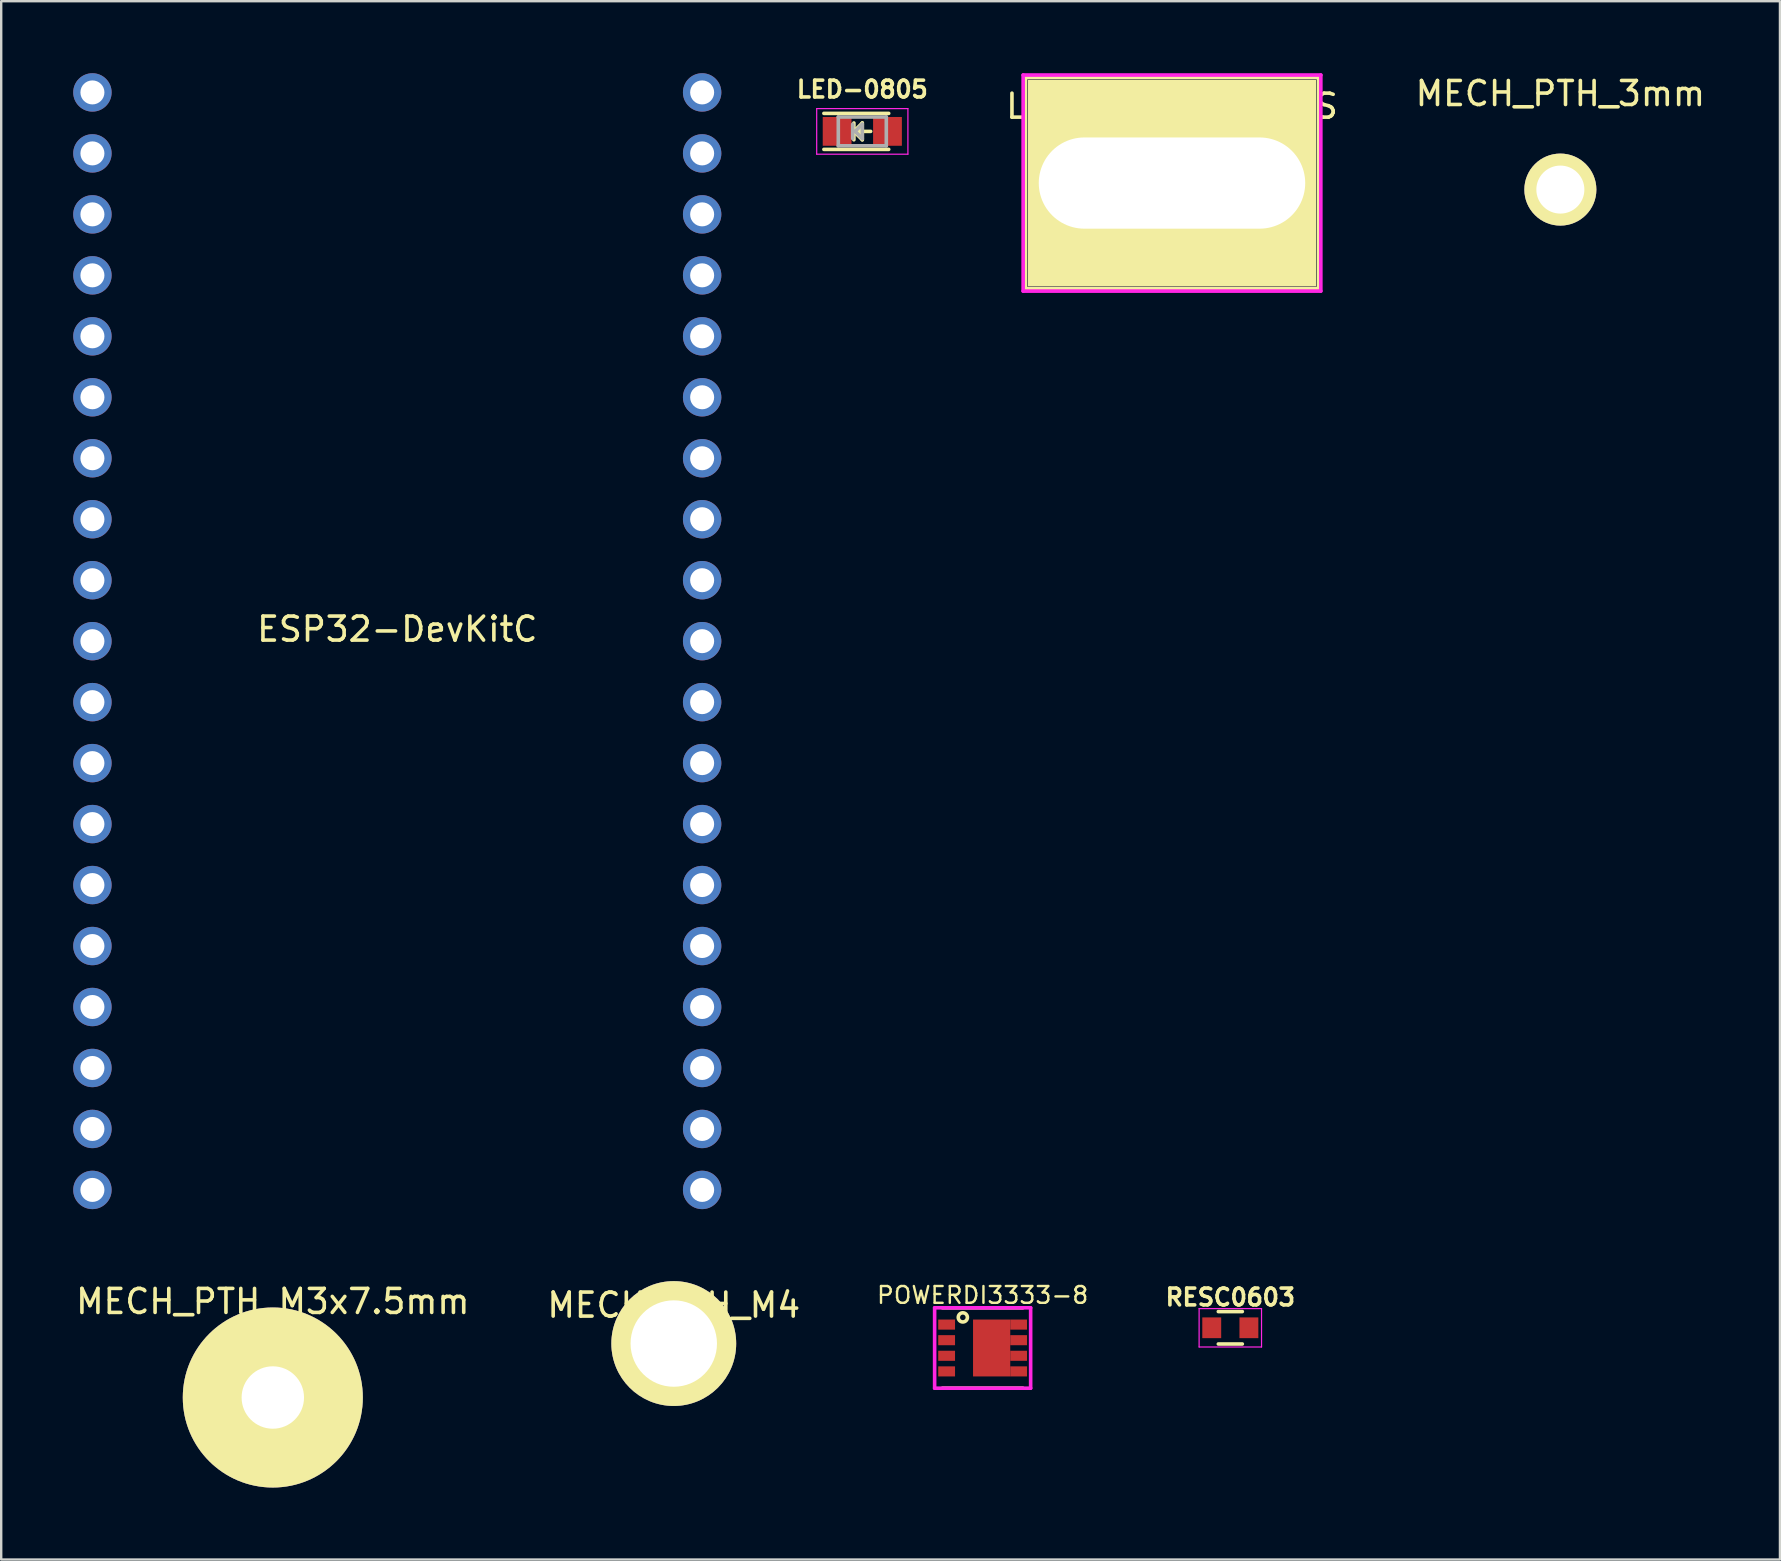
<source format=kicad_pcb>
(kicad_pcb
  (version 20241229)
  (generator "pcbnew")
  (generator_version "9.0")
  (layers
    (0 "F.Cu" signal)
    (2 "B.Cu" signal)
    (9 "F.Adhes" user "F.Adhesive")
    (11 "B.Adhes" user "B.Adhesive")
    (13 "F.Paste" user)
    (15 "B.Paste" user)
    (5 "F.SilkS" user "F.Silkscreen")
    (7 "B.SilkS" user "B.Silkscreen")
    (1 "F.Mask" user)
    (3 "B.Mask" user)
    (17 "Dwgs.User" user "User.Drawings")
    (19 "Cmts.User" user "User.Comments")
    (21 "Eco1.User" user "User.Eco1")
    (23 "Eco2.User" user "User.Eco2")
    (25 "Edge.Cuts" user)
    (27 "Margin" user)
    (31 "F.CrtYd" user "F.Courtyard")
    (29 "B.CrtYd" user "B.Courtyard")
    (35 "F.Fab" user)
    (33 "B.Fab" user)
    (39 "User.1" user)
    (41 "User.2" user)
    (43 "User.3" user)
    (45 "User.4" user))
  (footprint "ESP32-DevKitC"
    (layer "F.Cu")
    (at 13.5 23.66)
    (property "Reference" "ESP32-DevKitC" (at 0 -0.5 0) (unlocked yes) (layer "F.SilkS") (effects (font (size 1 1) (thickness 0.15))))
    (attr through_hole)
    (pad "1" thru_hole circle (at -12.7 -22.86) (size 1.6 1.6) (drill 1) (layers "*.Cu" "*.Mask"))
    (pad "2" thru_hole circle (at -12.7 -20.32) (size 1.6 1.6) (drill 1) (layers "*.Cu" "*.Mask"))
    (pad "3" thru_hole circle (at -12.7 -17.78) (size 1.6 1.6) (drill 1) (layers "*.Cu" "*.Mask"))
    (pad "4" thru_hole circle (at -12.7 -15.24) (size 1.6 1.6) (drill 1) (layers "*.Cu" "*.Mask"))
    (pad "5" thru_hole circle (at -12.7 -12.7) (size 1.6 1.6) (drill 1) (layers "*.Cu" "*.Mask"))
    (pad "6" thru_hole circle (at -12.7 -10.16) (size 1.6 1.6) (drill 1) (layers "*.Cu" "*.Mask"))
    (pad "7" thru_hole circle (at -12.7 -7.62) (size 1.6 1.6) (drill 1) (layers "*.Cu" "*.Mask"))
    (pad "8" thru_hole circle (at -12.7 -5.08) (size 1.6 1.6) (drill 1) (layers "*.Cu" "*.Mask"))
    (pad "9" thru_hole circle (at -12.7 -2.54) (size 1.6 1.6) (drill 1) (layers "*.Cu" "*.Mask"))
    (pad "10" thru_hole circle (at -12.7 0) (size 1.6 1.6) (drill 1) (layers "*.Cu" "*.Mask"))
    (pad "11" thru_hole circle (at -12.7 2.54) (size 1.6 1.6) (drill 1) (layers "*.Cu" "*.Mask"))
    (pad "12" thru_hole circle (at -12.7 5.08) (size 1.6 1.6) (drill 1) (layers "*.Cu" "*.Mask"))
    (pad "13" thru_hole circle (at -12.7 7.62) (size 1.6 1.6) (drill 1) (layers "*.Cu" "*.Mask"))
    (pad "14" thru_hole circle (at -12.7 10.16) (size 1.6 1.6) (drill 1) (layers "*.Cu" "*.Mask"))
    (pad "15" thru_hole circle (at -12.7 12.7) (size 1.6 1.6) (drill 1) (layers "*.Cu" "*.Mask"))
    (pad "16" thru_hole circle (at -12.7 15.24) (size 1.6 1.6) (drill 1) (layers "*.Cu" "*.Mask"))
    (pad "17" thru_hole circle (at -12.7 17.78) (size 1.6 1.6) (drill 1) (layers "*.Cu" "*.Mask"))
    (pad "18" thru_hole circle (at -12.7 20.32) (size 1.6 1.6) (drill 1) (layers "*.Cu" "*.Mask"))
    (pad "19" thru_hole circle (at -12.7 22.86) (size 1.6 1.6) (drill 1) (layers "*.Cu" "*.Mask"))
    (pad "20" thru_hole circle (at 12.7 22.86) (size 1.6 1.6) (drill 1) (layers "*.Cu" "*.Mask"))
    (pad "21" thru_hole circle (at 12.7 20.32) (size 1.6 1.6) (drill 1) (layers "*.Cu" "*.Mask"))
    (pad "22" thru_hole circle (at 12.7 17.78) (size 1.6 1.6) (drill 1) (layers "*.Cu" "*.Mask"))
    (pad "23" thru_hole circle (at 12.7 15.24) (size 1.6 1.6) (drill 1) (layers "*.Cu" "*.Mask"))
    (pad "24" thru_hole circle (at 12.7 12.7) (size 1.6 1.6) (drill 1) (layers "*.Cu" "*.Mask"))
    (pad "25" thru_hole circle (at 12.7 10.16) (size 1.6 1.6) (drill 1) (layers "*.Cu" "*.Mask"))
    (pad "26" thru_hole circle (at 12.7 7.62) (size 1.6 1.6) (drill 1) (layers "*.Cu" "*.Mask"))
    (pad "27" thru_hole circle (at 12.7 5.08) (size 1.6 1.6) (drill 1) (layers "*.Cu" "*.Mask"))
    (pad "28" thru_hole circle (at 12.7 2.54) (size 1.6 1.6) (drill 1) (layers "*.Cu" "*.Mask"))
    (pad "29" thru_hole circle (at 12.7 0) (size 1.6 1.6) (drill 1) (layers "*.Cu" "*.Mask"))
    (pad "30" thru_hole circle (at 12.7 -2.54) (size 1.6 1.6) (drill 1) (layers "*.Cu" "*.Mask"))
    (pad "31" thru_hole circle (at 12.7 -5.08) (size 1.6 1.6) (drill 1) (layers "*.Cu" "*.Mask"))
    (pad "32" thru_hole circle (at 12.7 -7.62) (size 1.6 1.6) (drill 1) (layers "*.Cu" "*.Mask"))
    (pad "33" thru_hole circle (at 12.7 -10.16) (size 1.6 1.6) (drill 1) (layers "*.Cu" "*.Mask"))
    (pad "34" thru_hole circle (at 12.7 -12.7) (size 1.6 1.6) (drill 1) (layers "*.Cu" "*.Mask"))
    (pad "35" thru_hole circle (at 12.7 -15.24) (size 1.6 1.6) (drill 1) (layers "*.Cu" "*.Mask"))
    (pad "36" thru_hole circle (at 12.7 -17.78) (size 1.6 1.6) (drill 1) (layers "*.Cu" "*.Mask"))
    (pad "37" thru_hole circle (at 12.7 -20.32) (size 1.6 1.6) (drill 1) (layers "*.Cu" "*.Mask"))
    (pad "38" thru_hole circle (at 12.7 -22.86) (size 1.6 1.6) (drill 1) (layers "*.Cu" "*.Mask")))
  (footprint "MECH_PTH_3mm"
    (layer "F.Cu")
    (at 61.952 4.848)
    (property "Reference" "MECH_PTH_3mm" (at 0 -4 0) (layer "F.SilkS") (effects (font (size 1 1) (thickness 0.15))))
    (attr through_hole)
    (pad "1" thru_hole circle (at 0 0) (size 3 3) (drill 2) (layers "*.Cu" "*.Mask" "F.SilkS")))
  (footprint "POWERDI3333-8"
    (layer "F.Cu")
    (at 37.885 53.105)
    (property "Reference" "POWERDI3333-8" (at 0 -2.2 0) (layer "F.SilkS") (effects (font (size 0.7 0.7) (thickness 0.1))))
    (attr through_hole)
    (fp_line (start -1.675 -1.675) (end 1.675 -1.675) (stroke (width 0.15) (type solid)) (layer "F.SilkS"))
    (fp_line (start -1.675 1.675) (end 1.675 1.675) (stroke (width 0.15) (type solid)) (layer "F.SilkS"))
    (fp_circle (center -0.825 -1.275) (end -0.75 -1.1) (stroke (width 0.15) (type solid)) (fill no) (layer "F.SilkS"))
    (fp_line (start -2 -1.675) (end -2 1.675) (stroke (width 0.15) (type solid)) (layer "F.CrtYd"))
    (fp_line (start -2 -1.675) (end 2 -1.675) (stroke (width 0.15) (type solid)) (layer "F.CrtYd"))
    (fp_line (start -2 1.675) (end 2 1.675) (stroke (width 0.15) (type solid)) (layer "F.CrtYd"))
    (fp_line (start 2 -1.675) (end 2 1.675) (stroke (width 0.15) (type solid)) (layer "F.CrtYd"))
    (pad "1" smd rect (at -1.5 -0.975) (size 0.7 0.42) (layers "F.Cu" "F.Mask" "F.Paste"))
    (pad "1" smd rect (at -1.5 -0.325) (size 0.7 0.42) (layers "F.Cu" "F.Mask" "F.Paste"))
    (pad "1" smd rect (at -1.5 0.325) (size 0.7 0.42) (layers "F.Cu" "F.Mask" "F.Paste"))
    (pad "4" smd rect (at -1.5 0.975) (size 0.7 0.42) (layers "F.Cu" "F.Mask" "F.Paste"))
    (pad "5" smd rect (at 0.375 0) (size 1.55 2.37) (layers "F.Cu" "F.Mask" "F.Paste"))
    (pad "5" smd rect (at 1.5 -0.975) (size 0.7 0.42) (layers "F.Cu" "F.Mask" "F.Paste"))
    (pad "5" smd rect (at 1.5 -0.325) (size 0.7 0.42) (layers "F.Cu" "F.Mask" "F.Paste"))
    (pad "5" smd rect (at 1.5 0.325) (size 0.7 0.42) (layers "F.Cu" "F.Mask" "F.Paste"))
    (pad "5" smd rect (at 1.5 0.975) (size 0.7 0.42) (layers "F.Cu" "F.Mask" "F.Paste")))
  (footprint "MECH_PTH_M3x7.5mm"
    (layer "F.Cu")
    (at 8.315 55.168)
    (property "Reference" "MECH_PTH_M3x7.5mm" (at 0 -4 0) (layer "F.SilkS") (effects (font (size 1 1) (thickness 0.15))))
    (attr through_hole)
    (pad "1" thru_hole circle (at 0 0) (size 7.5 7.5) (drill 2.6) (layers "*.Cu" "*.Mask" "F.SilkS")))
  (footprint "MECH_PTH_M4"
    (layer "F.Cu")
    (at 25.018 52.92)
    (property "Reference" "MECH_PTH_M4" (at 0 -1.6 0) (layer "F.SilkS") (effects (font (size 1 1) (thickness 0.15))))
    (attr through_hole)
    (pad "1" thru_hole circle (at 0 0) (size 5.2 5.2) (drill 3.6) (layers "*.Cu" "*.Mask" "F.SilkS")))
  (footprint "LED-0805"
    (layer "F.Cu")
    (at 32.872 2.423)
    (property "Reference" "LED-0805" (at 0 -1.75 0) (layer "F.SilkS") (effects (font (size 0.7 0.7) (thickness 0.15))))
    (attr smd)
    (fp_line (start -1.6 -0.75) (end 1.1 -0.75) (stroke (width 0.15) (type solid)) (layer "F.SilkS"))
    (fp_line (start -1.6 0.75) (end 1.1 0.75) (stroke (width 0.15) (type solid)) (layer "F.SilkS"))
    (fp_line (start -0.35 -0.35) (end -0.35 0.35) (stroke (width 0.15) (type solid)) (layer "F.SilkS"))
    (fp_line (start -0.35 0) (end 0 -0.35) (stroke (width 0.15) (type solid)) (layer "F.SilkS"))
    (fp_line (start -0.1 -0.1) (end -0.25 0.05) (stroke (width 0.15) (type solid)) (layer "F.SilkS"))
    (fp_line (start -0.1 0.15) (end -0.1 -0.1) (stroke (width 0.15) (type solid)) (layer "F.SilkS"))
    (fp_line (start 0 -0.35) (end 0 0.35) (stroke (width 0.15) (type solid)) (layer "F.SilkS"))
    (fp_line (start 0 0) (end 0.35 0) (stroke (width 0.15) (type solid)) (layer "F.SilkS"))
    (fp_line (start 0 0.35) (end -0.35 0) (stroke (width 0.15) (type solid)) (layer "F.SilkS"))
    (fp_line (start -1.9 -0.95) (end 1.9 -0.95) (stroke (width 0.05) (type solid)) (layer "F.CrtYd"))
    (fp_line (start -1.9 0.95) (end -1.9 -0.95) (stroke (width 0.05) (type solid)) (layer "F.CrtYd"))
    (fp_line (start 1.9 -0.95) (end 1.9 0.95) (stroke (width 0.05) (type solid)) (layer "F.CrtYd"))
    (fp_line (start 1.9 0.95) (end -1.9 0.95) (stroke (width 0.05) (type solid)) (layer "F.CrtYd"))
    (fp_line (start -1 -0.6) (end -1 0.6) (stroke (width 0.15) (type solid)) (layer "F.Fab"))
    (fp_line (start -1 0.6) (end 1 0.6) (stroke (width 0.15) (type solid)) (layer "F.Fab"))
    (fp_line (start -0.4 -0.3) (end -0.4 0.3) (stroke (width 0.15) (type solid)) (layer "F.Fab"))
    (fp_line (start -0.3 0) (end 0 -0.3) (stroke (width 0.15) (type solid)) (layer "F.Fab"))
    (fp_line (start 0 -0.3) (end 0 0.3) (stroke (width 0.15) (type solid)) (layer "F.Fab"))
    (fp_line (start 0 0.3) (end -0.3 0) (stroke (width 0.15) (type solid)) (layer "F.Fab"))
    (fp_line (start 1 -0.6) (end -1 -0.6) (stroke (width 0.15) (type solid)) (layer "F.Fab"))
    (fp_line (start 1 0.6) (end 1 -0.6) (stroke (width 0.15) (type solid)) (layer "F.Fab"))
    (pad "1" smd rect (at -1.049 0 180) (size 1.199 1.199) (layers "F.Cu" "F.Mask" "F.Paste"))
    (pad "2" smd rect (at 1.049 0 180) (size 1.199 1.199) (layers "F.Cu" "F.Mask" "F.Paste")))
  (footprint "LUG_B6A-PCB-SS"
    (layer "F.Cu")
    (at 45.773 4.576)
    (property "Reference" "LUG_B6A-PCB-SS" (at 0 -3.2 0) (layer "F.SilkS") (effects (font (size 1 1) (thickness 0.15))))
    (attr through_hole)
    (fp_line (start -6.1 -4.4) (end 6.1 -4.4) (stroke (width 0.152) (type solid)) (layer "F.SilkS"))
    (fp_line (start -6.1 4.4) (end -6.1 -4.4) (stroke (width 0.152) (type solid)) (layer "F.SilkS"))
    (fp_line (start 6.1 4.4) (end -6.1 4.4) (stroke (width 0.152) (type solid)) (layer "F.SilkS"))
    (fp_line (start 6.1 4.4) (end 6.1 -4.4) (stroke (width 0.152) (type solid)) (layer "F.SilkS"))
    (fp_line (start -6.2 -4.5) (end -6.2 4.5) (stroke (width 0.152) (type solid)) (layer "F.CrtYd"))
    (fp_line (start -6.2 4.5) (end 6.2 4.5) (stroke (width 0.152) (type solid)) (layer "F.CrtYd"))
    (fp_line (start 6.2 -4.5) (end -6.2 -4.5) (stroke (width 0.152) (type solid)) (layer "F.CrtYd"))
    (fp_line (start 6.2 4.5) (end 6.2 -4.5) (stroke (width 0.152) (type solid)) (layer "F.CrtYd"))
    (pad "1" thru_hole rect (at 0 0) (size 12 8.6) (drill oval 11.1 3.8) (layers "*.Cu" "*.Mask" "F.SilkS")))
  (footprint "RESC0603"
    (layer "F.Cu")
    (at 48.203 52.263)
    (property "Reference" "RESC0603" (at 0 -1.27 0) (layer "F.SilkS") (effects (font (size 0.7 0.7) (thickness 0.15))))
    (attr smd)
    (fp_line (start -0.5 -0.675) (end 0.5 -0.675) (stroke (width 0.15) (type solid)) (layer "F.SilkS"))
    (fp_line (start 0.5 0.675) (end -0.5 0.675) (stroke (width 0.15) (type solid)) (layer "F.SilkS"))
    (fp_line (start -1.3 -0.8) (end -1.3 0.8) (stroke (width 0.05) (type solid)) (layer "F.CrtYd"))
    (fp_line (start -1.3 -0.8) (end 1.3 -0.8) (stroke (width 0.05) (type solid)) (layer "F.CrtYd"))
    (fp_line (start -1.3 0.8) (end 1.3 0.8) (stroke (width 0.05) (type solid)) (layer "F.CrtYd"))
    (fp_line (start 1.3 -0.8) (end 1.3 0.8) (stroke (width 0.05) (type solid)) (layer "F.CrtYd"))
    (pad "1" smd rect (at -0.774 0) (size 0.787 0.864) (layers "F.Cu" "F.Mask" "F.Paste"))
    (pad "2" smd rect (at 0.774 0) (size 0.787 0.864) (layers "F.Cu" "F.Mask" "F.Paste")))
  (gr_rect
    (start -3 -3)
    (end 71.1 61.918)
    (stroke (width 0.1) (type default))
    (fill no)
    (layer "Edge.Cuts")))
</source>
